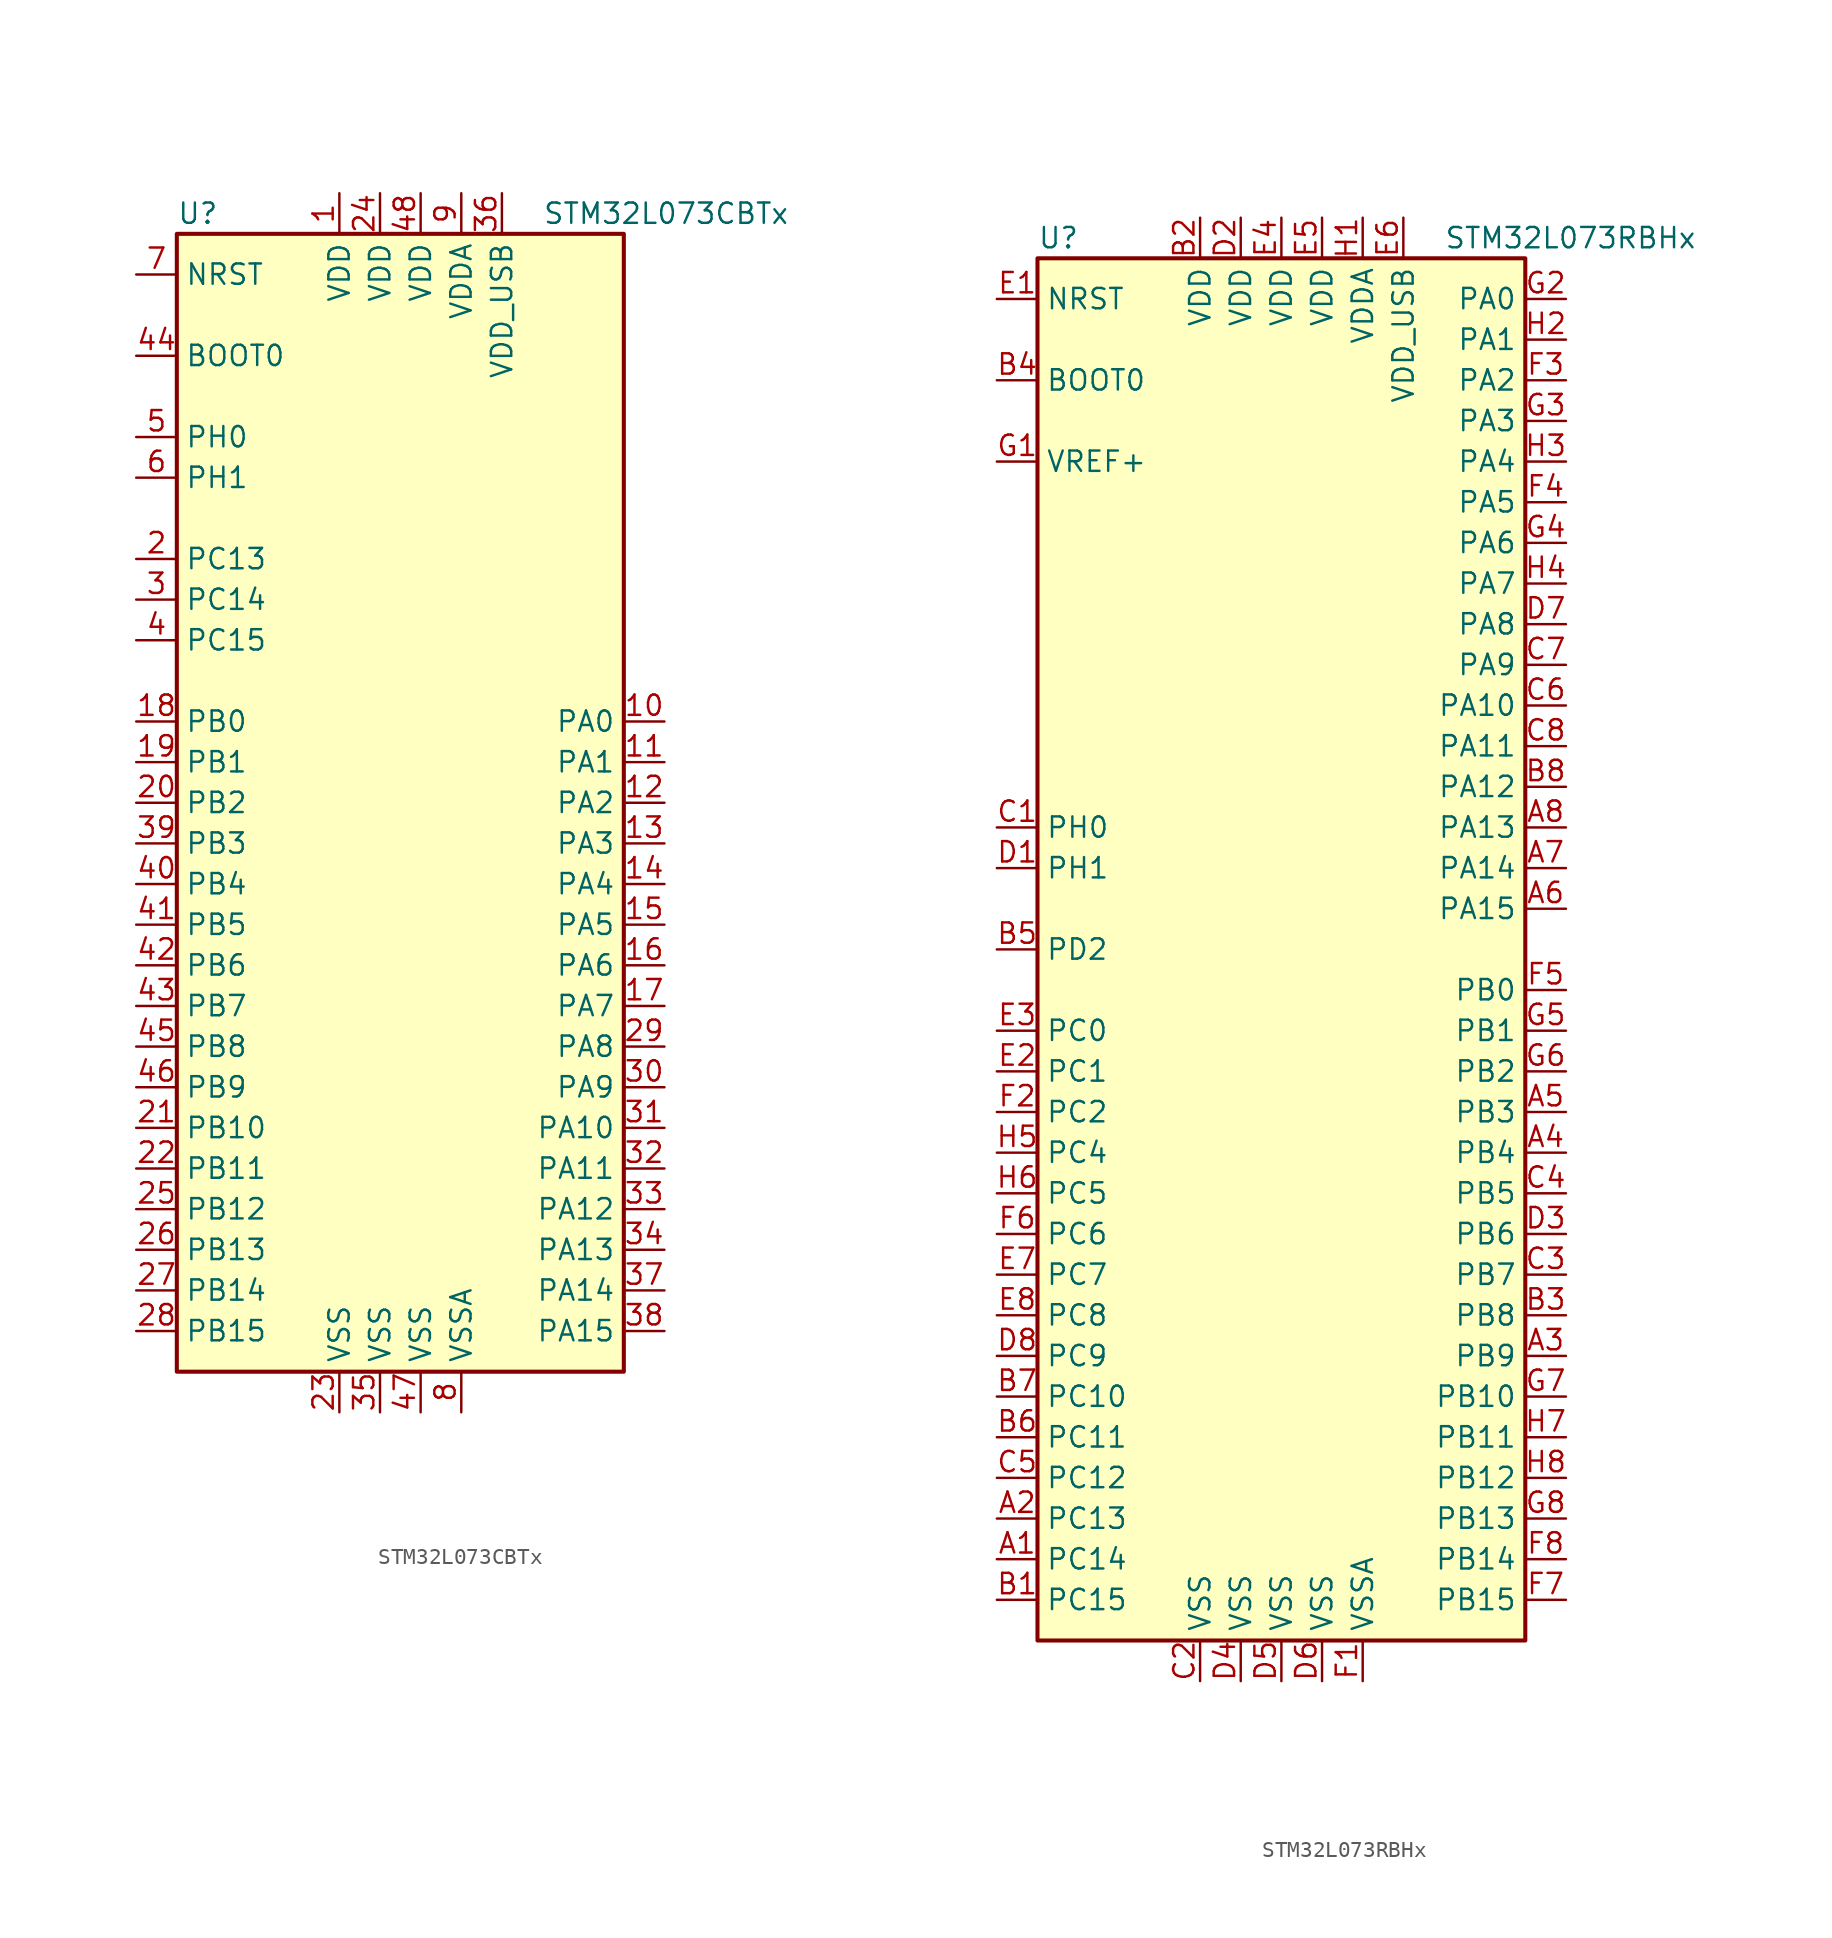
<source format=kicad_sym>
(kicad_symbol_lib
  (version 20211014)
  (generator kicad_symbol_editor)
  (symbol "STM32L073CBTx"
    (property "Reference" "U"
      (at -15.24 36.83 0)
      (effects (font (size 1.27 1.27)) (justify left)))
    (property "Value" "STM32L073CBTx"
      (at 7.62 36.83 0)
      (effects (font (size 1.27 1.27)) (justify left)))
    (symbol "STM32L073CBTx_0_1"
      (rectangle (start -15.24 -35.56) (end 12.7 35.56) (stroke (width 0.254) (type default) (color 0 0 0 0)) (fill (type background))))
    (symbol "STM32L073CBTx_1_1"
      (pin power_in line (at -5.08 38.1 270) (length 2.54) (name "VDD" (effects (font (size 1.27 1.27)))) (number "1" (effects (font (size 1.27 1.27)))))
      (pin bidirectional line (at 15.24 5.08 180) (length 2.54) (name "PA0" (effects (font (size 1.27 1.27)))) (number "10" (effects (font (size 1.27 1.27)))))
      (pin bidirectional line (at 15.24 2.54 180) (length 2.54) (name "PA1" (effects (font (size 1.27 1.27)))) (number "11" (effects (font (size 1.27 1.27)))))
      (pin bidirectional line (at 15.24 0 180) (length 2.54) (name "PA2" (effects (font (size 1.27 1.27)))) (number "12" (effects (font (size 1.27 1.27)))))
      (pin bidirectional line (at 15.24 -2.54 180) (length 2.54) (name "PA3" (effects (font (size 1.27 1.27)))) (number "13" (effects (font (size 1.27 1.27)))))
      (pin bidirectional line (at 15.24 -5.08 180) (length 2.54) (name "PA4" (effects (font (size 1.27 1.27)))) (number "14" (effects (font (size 1.27 1.27)))))
      (pin bidirectional line (at 15.24 -7.62 180) (length 2.54) (name "PA5" (effects (font (size 1.27 1.27)))) (number "15" (effects (font (size 1.27 1.27)))))
      (pin bidirectional line (at 15.24 -10.16 180) (length 2.54) (name "PA6" (effects (font (size 1.27 1.27)))) (number "16" (effects (font (size 1.27 1.27)))))
      (pin bidirectional line (at 15.24 -12.7 180) (length 2.54) (name "PA7" (effects (font (size 1.27 1.27)))) (number "17" (effects (font (size 1.27 1.27)))))
      (pin bidirectional line (at -17.78 5.08 0) (length 2.54) (name "PB0" (effects (font (size 1.27 1.27)))) (number "18" (effects (font (size 1.27 1.27)))))
      (pin bidirectional line (at -17.78 2.54 0) (length 2.54) (name "PB1" (effects (font (size 1.27 1.27)))) (number "19" (effects (font (size 1.27 1.27)))))
      (pin bidirectional line (at -17.78 15.24 0) (length 2.54) (name "PC13" (effects (font (size 1.27 1.27)))) (number "2" (effects (font (size 1.27 1.27)))))
      (pin bidirectional line (at -17.78 0 0) (length 2.54) (name "PB2" (effects (font (size 1.27 1.27)))) (number "20" (effects (font (size 1.27 1.27)))))
      (pin bidirectional line (at -17.78 -20.32 0) (length 2.54) (name "PB10" (effects (font (size 1.27 1.27)))) (number "21" (effects (font (size 1.27 1.27)))))
      (pin bidirectional line (at -17.78 -22.86 0) (length 2.54) (name "PB11" (effects (font (size 1.27 1.27)))) (number "22" (effects (font (size 1.27 1.27)))))
      (pin power_in line (at -5.08 -38.1 90) (length 2.54) (name "VSS" (effects (font (size 1.27 1.27)))) (number "23" (effects (font (size 1.27 1.27)))))
      (pin power_in line (at -2.54 38.1 270) (length 2.54) (name "VDD" (effects (font (size 1.27 1.27)))) (number "24" (effects (font (size 1.27 1.27)))))
      (pin bidirectional line (at -17.78 -25.4 0) (length 2.54) (name "PB12" (effects (font (size 1.27 1.27)))) (number "25" (effects (font (size 1.27 1.27)))))
      (pin bidirectional line (at -17.78 -27.94 0) (length 2.54) (name "PB13" (effects (font (size 1.27 1.27)))) (number "26" (effects (font (size 1.27 1.27)))))
      (pin bidirectional line (at -17.78 -30.48 0) (length 2.54) (name "PB14" (effects (font (size 1.27 1.27)))) (number "27" (effects (font (size 1.27 1.27)))))
      (pin bidirectional line (at -17.78 -33.02 0) (length 2.54) (name "PB15" (effects (font (size 1.27 1.27)))) (number "28" (effects (font (size 1.27 1.27)))))
      (pin bidirectional line (at 15.24 -15.24 180) (length 2.54) (name "PA8" (effects (font (size 1.27 1.27)))) (number "29" (effects (font (size 1.27 1.27)))))
      (pin bidirectional line (at -17.78 12.7 0) (length 2.54) (name "PC14" (effects (font (size 1.27 1.27)))) (number "3" (effects (font (size 1.27 1.27)))))
      (pin bidirectional line (at 15.24 -17.78 180) (length 2.54) (name "PA9" (effects (font (size 1.27 1.27)))) (number "30" (effects (font (size 1.27 1.27)))))
      (pin bidirectional line (at 15.24 -20.32 180) (length 2.54) (name "PA10" (effects (font (size 1.27 1.27)))) (number "31" (effects (font (size 1.27 1.27)))))
      (pin bidirectional line (at 15.24 -22.86 180) (length 2.54) (name "PA11" (effects (font (size 1.27 1.27)))) (number "32" (effects (font (size 1.27 1.27)))))
      (pin bidirectional line (at 15.24 -25.4 180) (length 2.54) (name "PA12" (effects (font (size 1.27 1.27)))) (number "33" (effects (font (size 1.27 1.27)))))
      (pin bidirectional line (at 15.24 -27.94 180) (length 2.54) (name "PA13" (effects (font (size 1.27 1.27)))) (number "34" (effects (font (size 1.27 1.27)))))
      (pin power_in line (at -2.54 -38.1 90) (length 2.54) (name "VSS" (effects (font (size 1.27 1.27)))) (number "35" (effects (font (size 1.27 1.27)))))
      (pin power_in line (at 5.08 38.1 270) (length 2.54) (name "VDD_USB" (effects (font (size 1.27 1.27)))) (number "36" (effects (font (size 1.27 1.27)))))
      (pin bidirectional line (at 15.24 -30.48 180) (length 2.54) (name "PA14" (effects (font (size 1.27 1.27)))) (number "37" (effects (font (size 1.27 1.27)))))
      (pin bidirectional line (at 15.24 -33.02 180) (length 2.54) (name "PA15" (effects (font (size 1.27 1.27)))) (number "38" (effects (font (size 1.27 1.27)))))
      (pin bidirectional line (at -17.78 -2.54 0) (length 2.54) (name "PB3" (effects (font (size 1.27 1.27)))) (number "39" (effects (font (size 1.27 1.27)))))
      (pin bidirectional line (at -17.78 10.16 0) (length 2.54) (name "PC15" (effects (font (size 1.27 1.27)))) (number "4" (effects (font (size 1.27 1.27)))))
      (pin bidirectional line (at -17.78 -5.08 0) (length 2.54) (name "PB4" (effects (font (size 1.27 1.27)))) (number "40" (effects (font (size 1.27 1.27)))))
      (pin bidirectional line (at -17.78 -7.62 0) (length 2.54) (name "PB5" (effects (font (size 1.27 1.27)))) (number "41" (effects (font (size 1.27 1.27)))))
      (pin bidirectional line (at -17.78 -10.16 0) (length 2.54) (name "PB6" (effects (font (size 1.27 1.27)))) (number "42" (effects (font (size 1.27 1.27)))))
      (pin bidirectional line (at -17.78 -12.7 0) (length 2.54) (name "PB7" (effects (font (size 1.27 1.27)))) (number "43" (effects (font (size 1.27 1.27)))))
      (pin input line (at -17.78 27.94 0) (length 2.54) (name "BOOT0" (effects (font (size 1.27 1.27)))) (number "44" (effects (font (size 1.27 1.27)))))
      (pin bidirectional line (at -17.78 -15.24 0) (length 2.54) (name "PB8" (effects (font (size 1.27 1.27)))) (number "45" (effects (font (size 1.27 1.27)))))
      (pin bidirectional line (at -17.78 -17.78 0) (length 2.54) (name "PB9" (effects (font (size 1.27 1.27)))) (number "46" (effects (font (size 1.27 1.27)))))
      (pin power_in line (at 0 -38.1 90) (length 2.54) (name "VSS" (effects (font (size 1.27 1.27)))) (number "47" (effects (font (size 1.27 1.27)))))
      (pin power_in line (at 0 38.1 270) (length 2.54) (name "VDD" (effects (font (size 1.27 1.27)))) (number "48" (effects (font (size 1.27 1.27)))))
      (pin input line (at -17.78 22.86 0) (length 2.54) (name "PH0" (effects (font (size 1.27 1.27)))) (number "5" (effects (font (size 1.27 1.27)))))
      (pin input line (at -17.78 20.32 0) (length 2.54) (name "PH1" (effects (font (size 1.27 1.27)))) (number "6" (effects (font (size 1.27 1.27)))))
      (pin input line (at -17.78 33.02 0) (length 2.54) (name "NRST" (effects (font (size 1.27 1.27)))) (number "7" (effects (font (size 1.27 1.27)))))
      (pin power_in line (at 2.54 -38.1 90) (length 2.54) (name "VSSA" (effects (font (size 1.27 1.27)))) (number "8" (effects (font (size 1.27 1.27)))))
      (pin power_in line (at 2.54 38.1 270) (length 2.54) (name "VDDA" (effects (font (size 1.27 1.27)))) (number "9" (effects (font (size 1.27 1.27)))))))
  (symbol "STM32L073RBHx"
    (property "Reference" "U"
      (at -15.24 44.45 0)
      (effects (font (size 1.27 1.27)) (justify left)))
    (property "Value" "STM32L073RBHx"
      (at 10.16 44.45 0)
      (effects (font (size 1.27 1.27)) (justify left)))
    (symbol "STM32L073RBHx_0_1"
      (rectangle (start -15.24 -43.18) (end 15.24 43.18) (stroke (width 0.254) (type default) (color 0 0 0 0)) (fill (type background))))
    (symbol "STM32L073RBHx_1_1"
      (pin bidirectional line (at -17.78 -38.1 0) (length 2.54) (name "PC14" (effects (font (size 1.27 1.27)))) (number "A1" (effects (font (size 1.27 1.27)))))
      (pin bidirectional line (at -17.78 -35.56 0) (length 2.54) (name "PC13" (effects (font (size 1.27 1.27)))) (number "A2" (effects (font (size 1.27 1.27)))))
      (pin bidirectional line (at 17.78 -25.4 180) (length 2.54) (name "PB9" (effects (font (size 1.27 1.27)))) (number "A3" (effects (font (size 1.27 1.27)))))
      (pin bidirectional line (at 17.78 -12.7 180) (length 2.54) (name "PB4" (effects (font (size 1.27 1.27)))) (number "A4" (effects (font (size 1.27 1.27)))))
      (pin bidirectional line (at 17.78 -10.16 180) (length 2.54) (name "PB3" (effects (font (size 1.27 1.27)))) (number "A5" (effects (font (size 1.27 1.27)))))
      (pin bidirectional line (at 17.78 2.54 180) (length 2.54) (name "PA15" (effects (font (size 1.27 1.27)))) (number "A6" (effects (font (size 1.27 1.27)))))
      (pin bidirectional line (at 17.78 5.08 180) (length 2.54) (name "PA14" (effects (font (size 1.27 1.27)))) (number "A7" (effects (font (size 1.27 1.27)))))
      (pin bidirectional line (at 17.78 7.62 180) (length 2.54) (name "PA13" (effects (font (size 1.27 1.27)))) (number "A8" (effects (font (size 1.27 1.27)))))
      (pin bidirectional line (at -17.78 -40.64 0) (length 2.54) (name "PC15" (effects (font (size 1.27 1.27)))) (number "B1" (effects (font (size 1.27 1.27)))))
      (pin power_in line (at -5.08 45.72 270) (length 2.54) (name "VDD" (effects (font (size 1.27 1.27)))) (number "B2" (effects (font (size 1.27 1.27)))))
      (pin bidirectional line (at 17.78 -22.86 180) (length 2.54) (name "PB8" (effects (font (size 1.27 1.27)))) (number "B3" (effects (font (size 1.27 1.27)))))
      (pin input line (at -17.78 35.56 0) (length 2.54) (name "BOOT0" (effects (font (size 1.27 1.27)))) (number "B4" (effects (font (size 1.27 1.27)))))
      (pin bidirectional line (at -17.78 0 0) (length 2.54) (name "PD2" (effects (font (size 1.27 1.27)))) (number "B5" (effects (font (size 1.27 1.27)))))
      (pin bidirectional line (at -17.78 -30.48 0) (length 2.54) (name "PC11" (effects (font (size 1.27 1.27)))) (number "B6" (effects (font (size 1.27 1.27)))))
      (pin bidirectional line (at -17.78 -27.94 0) (length 2.54) (name "PC10" (effects (font (size 1.27 1.27)))) (number "B7" (effects (font (size 1.27 1.27)))))
      (pin bidirectional line (at 17.78 10.16 180) (length 2.54) (name "PA12" (effects (font (size 1.27 1.27)))) (number "B8" (effects (font (size 1.27 1.27)))))
      (pin input line (at -17.78 7.62 0) (length 2.54) (name "PH0" (effects (font (size 1.27 1.27)))) (number "C1" (effects (font (size 1.27 1.27)))))
      (pin power_in line (at -5.08 -45.72 90) (length 2.54) (name "VSS" (effects (font (size 1.27 1.27)))) (number "C2" (effects (font (size 1.27 1.27)))))
      (pin bidirectional line (at 17.78 -20.32 180) (length 2.54) (name "PB7" (effects (font (size 1.27 1.27)))) (number "C3" (effects (font (size 1.27 1.27)))))
      (pin bidirectional line (at 17.78 -15.24 180) (length 2.54) (name "PB5" (effects (font (size 1.27 1.27)))) (number "C4" (effects (font (size 1.27 1.27)))))
      (pin bidirectional line (at -17.78 -33.02 0) (length 2.54) (name "PC12" (effects (font (size 1.27 1.27)))) (number "C5" (effects (font (size 1.27 1.27)))))
      (pin bidirectional line (at 17.78 15.24 180) (length 2.54) (name "PA10" (effects (font (size 1.27 1.27)))) (number "C6" (effects (font (size 1.27 1.27)))))
      (pin bidirectional line (at 17.78 17.78 180) (length 2.54) (name "PA9" (effects (font (size 1.27 1.27)))) (number "C7" (effects (font (size 1.27 1.27)))))
      (pin bidirectional line (at 17.78 12.7 180) (length 2.54) (name "PA11" (effects (font (size 1.27 1.27)))) (number "C8" (effects (font (size 1.27 1.27)))))
      (pin input line (at -17.78 5.08 0) (length 2.54) (name "PH1" (effects (font (size 1.27 1.27)))) (number "D1" (effects (font (size 1.27 1.27)))))
      (pin power_in line (at -2.54 45.72 270) (length 2.54) (name "VDD" (effects (font (size 1.27 1.27)))) (number "D2" (effects (font (size 1.27 1.27)))))
      (pin bidirectional line (at 17.78 -17.78 180) (length 2.54) (name "PB6" (effects (font (size 1.27 1.27)))) (number "D3" (effects (font (size 1.27 1.27)))))
      (pin power_in line (at -2.54 -45.72 90) (length 2.54) (name "VSS" (effects (font (size 1.27 1.27)))) (number "D4" (effects (font (size 1.27 1.27)))))
      (pin power_in line (at 0 -45.72 90) (length 2.54) (name "VSS" (effects (font (size 1.27 1.27)))) (number "D5" (effects (font (size 1.27 1.27)))))
      (pin power_in line (at 2.54 -45.72 90) (length 2.54) (name "VSS" (effects (font (size 1.27 1.27)))) (number "D6" (effects (font (size 1.27 1.27)))))
      (pin bidirectional line (at 17.78 20.32 180) (length 2.54) (name "PA8" (effects (font (size 1.27 1.27)))) (number "D7" (effects (font (size 1.27 1.27)))))
      (pin bidirectional line (at -17.78 -25.4 0) (length 2.54) (name "PC9" (effects (font (size 1.27 1.27)))) (number "D8" (effects (font (size 1.27 1.27)))))
      (pin input line (at -17.78 40.64 0) (length 2.54) (name "NRST" (effects (font (size 1.27 1.27)))) (number "E1" (effects (font (size 1.27 1.27)))))
      (pin bidirectional line (at -17.78 -7.62 0) (length 2.54) (name "PC1" (effects (font (size 1.27 1.27)))) (number "E2" (effects (font (size 1.27 1.27)))))
      (pin bidirectional line (at -17.78 -5.08 0) (length 2.54) (name "PC0" (effects (font (size 1.27 1.27)))) (number "E3" (effects (font (size 1.27 1.27)))))
      (pin power_in line (at 0 45.72 270) (length 2.54) (name "VDD" (effects (font (size 1.27 1.27)))) (number "E4" (effects (font (size 1.27 1.27)))))
      (pin power_in line (at 2.54 45.72 270) (length 2.54) (name "VDD" (effects (font (size 1.27 1.27)))) (number "E5" (effects (font (size 1.27 1.27)))))
      (pin power_in line (at 7.62 45.72 270) (length 2.54) (name "VDD_USB" (effects (font (size 1.27 1.27)))) (number "E6" (effects (font (size 1.27 1.27)))))
      (pin bidirectional line (at -17.78 -20.32 0) (length 2.54) (name "PC7" (effects (font (size 1.27 1.27)))) (number "E7" (effects (font (size 1.27 1.27)))))
      (pin bidirectional line (at -17.78 -22.86 0) (length 2.54) (name "PC8" (effects (font (size 1.27 1.27)))) (number "E8" (effects (font (size 1.27 1.27)))))
      (pin power_in line (at 5.08 -45.72 90) (length 2.54) (name "VSSA" (effects (font (size 1.27 1.27)))) (number "F1" (effects (font (size 1.27 1.27)))))
      (pin bidirectional line (at -17.78 -10.16 0) (length 2.54) (name "PC2" (effects (font (size 1.27 1.27)))) (number "F2" (effects (font (size 1.27 1.27)))))
      (pin bidirectional line (at 17.78 35.56 180) (length 2.54) (name "PA2" (effects (font (size 1.27 1.27)))) (number "F3" (effects (font (size 1.27 1.27)))))
      (pin bidirectional line (at 17.78 27.94 180) (length 2.54) (name "PA5" (effects (font (size 1.27 1.27)))) (number "F4" (effects (font (size 1.27 1.27)))))
      (pin bidirectional line (at 17.78 -2.54 180) (length 2.54) (name "PB0" (effects (font (size 1.27 1.27)))) (number "F5" (effects (font (size 1.27 1.27)))))
      (pin bidirectional line (at -17.78 -17.78 0) (length 2.54) (name "PC6" (effects (font (size 1.27 1.27)))) (number "F6" (effects (font (size 1.27 1.27)))))
      (pin bidirectional line (at 17.78 -40.64 180) (length 2.54) (name "PB15" (effects (font (size 1.27 1.27)))) (number "F7" (effects (font (size 1.27 1.27)))))
      (pin bidirectional line (at 17.78 -38.1 180) (length 2.54) (name "PB14" (effects (font (size 1.27 1.27)))) (number "F8" (effects (font (size 1.27 1.27)))))
      (pin power_in line (at -17.78 30.48 0) (length 2.54) (name "VREF+" (effects (font (size 1.27 1.27)))) (number "G1" (effects (font (size 1.27 1.27)))))
      (pin bidirectional line (at 17.78 40.64 180) (length 2.54) (name "PA0" (effects (font (size 1.27 1.27)))) (number "G2" (effects (font (size 1.27 1.27)))))
      (pin bidirectional line (at 17.78 33.02 180) (length 2.54) (name "PA3" (effects (font (size 1.27 1.27)))) (number "G3" (effects (font (size 1.27 1.27)))))
      (pin bidirectional line (at 17.78 25.4 180) (length 2.54) (name "PA6" (effects (font (size 1.27 1.27)))) (number "G4" (effects (font (size 1.27 1.27)))))
      (pin bidirectional line (at 17.78 -5.08 180) (length 2.54) (name "PB1" (effects (font (size 1.27 1.27)))) (number "G5" (effects (font (size 1.27 1.27)))))
      (pin bidirectional line (at 17.78 -7.62 180) (length 2.54) (name "PB2" (effects (font (size 1.27 1.27)))) (number "G6" (effects (font (size 1.27 1.27)))))
      (pin bidirectional line (at 17.78 -27.94 180) (length 2.54) (name "PB10" (effects (font (size 1.27 1.27)))) (number "G7" (effects (font (size 1.27 1.27)))))
      (pin bidirectional line (at 17.78 -35.56 180) (length 2.54) (name "PB13" (effects (font (size 1.27 1.27)))) (number "G8" (effects (font (size 1.27 1.27)))))
      (pin power_in line (at 5.08 45.72 270) (length 2.54) (name "VDDA" (effects (font (size 1.27 1.27)))) (number "H1" (effects (font (size 1.27 1.27)))))
      (pin bidirectional line (at 17.78 38.1 180) (length 2.54) (name "PA1" (effects (font (size 1.27 1.27)))) (number "H2" (effects (font (size 1.27 1.27)))))
      (pin bidirectional line (at 17.78 30.48 180) (length 2.54) (name "PA4" (effects (font (size 1.27 1.27)))) (number "H3" (effects (font (size 1.27 1.27)))))
      (pin bidirectional line (at 17.78 22.86 180) (length 2.54) (name "PA7" (effects (font (size 1.27 1.27)))) (number "H4" (effects (font (size 1.27 1.27)))))
      (pin bidirectional line (at -17.78 -12.7 0) (length 2.54) (name "PC4" (effects (font (size 1.27 1.27)))) (number "H5" (effects (font (size 1.27 1.27)))))
      (pin bidirectional line (at -17.78 -15.24 0) (length 2.54) (name "PC5" (effects (font (size 1.27 1.27)))) (number "H6" (effects (font (size 1.27 1.27)))))
      (pin bidirectional line (at 17.78 -30.48 180) (length 2.54) (name "PB11" (effects (font (size 1.27 1.27)))) (number "H7" (effects (font (size 1.27 1.27)))))
      (pin bidirectional line (at 17.78 -33.02 180) (length 2.54) (name "PB12" (effects (font (size 1.27 1.27)))) (number "H8" (effects (font (size 1.27 1.27))))))))
</source>
